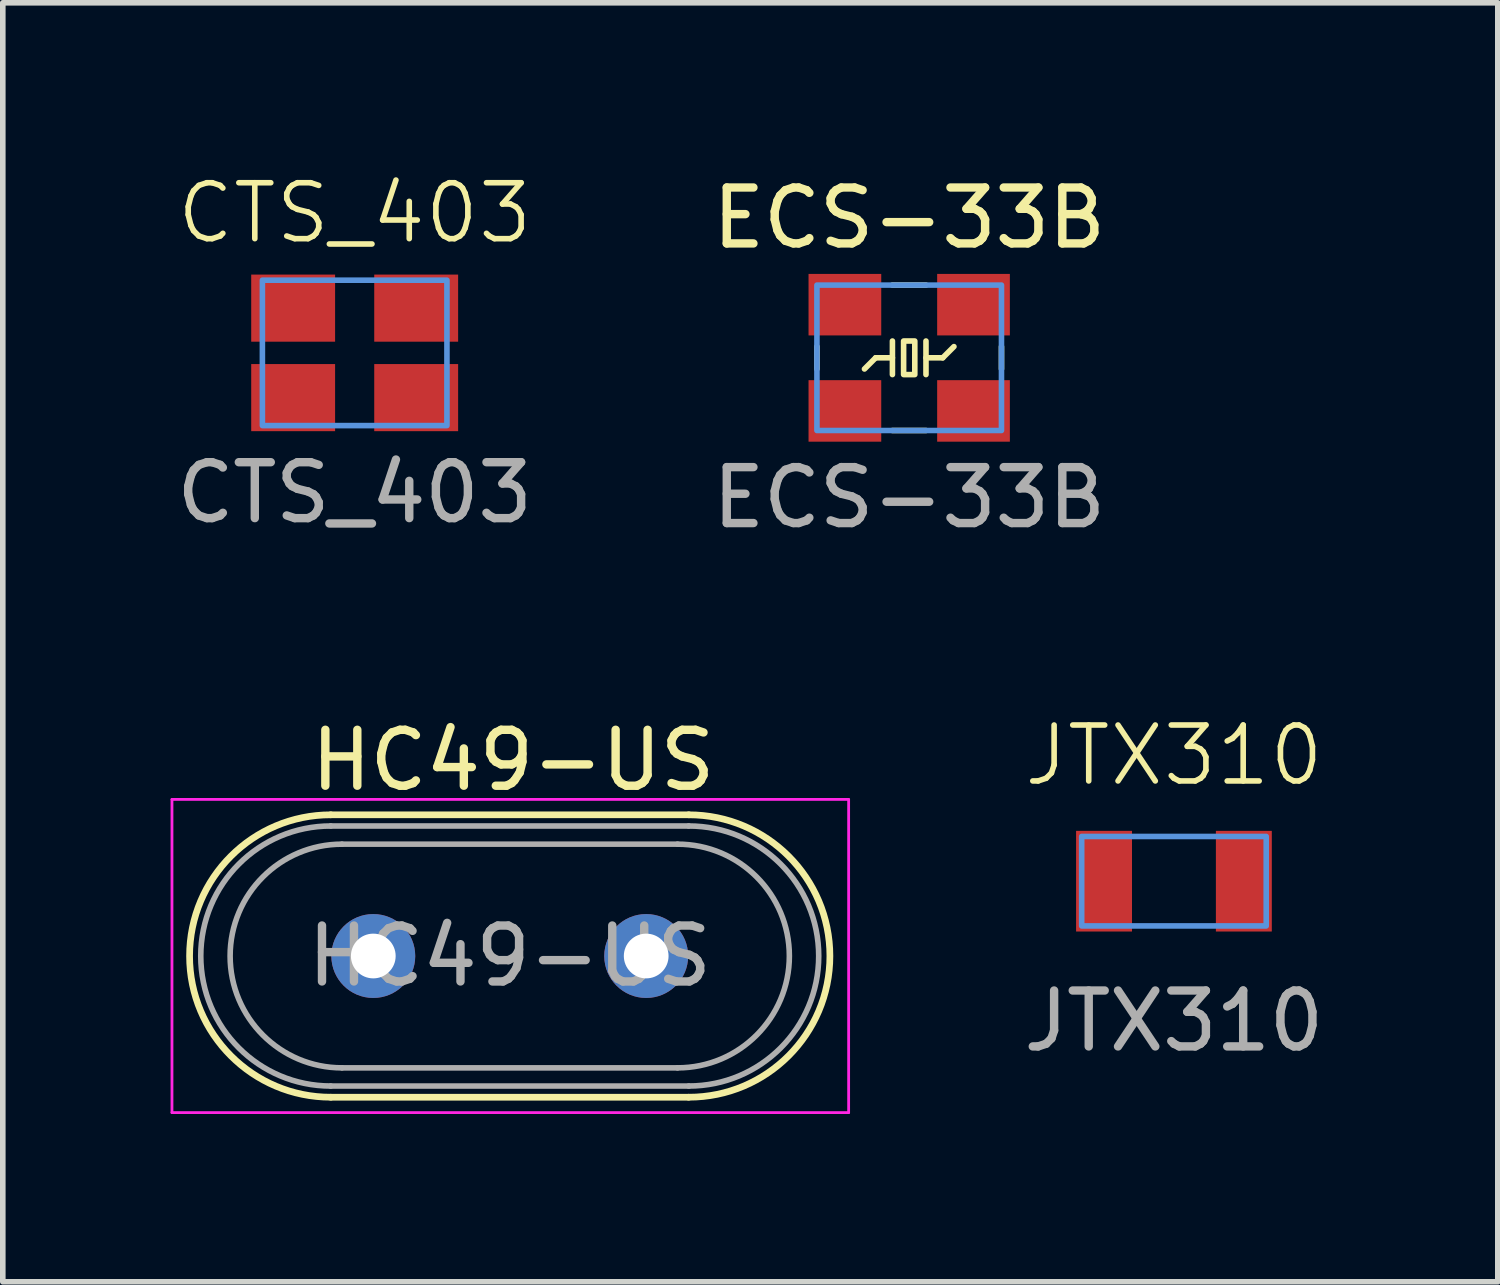
<source format=kicad_pcb>
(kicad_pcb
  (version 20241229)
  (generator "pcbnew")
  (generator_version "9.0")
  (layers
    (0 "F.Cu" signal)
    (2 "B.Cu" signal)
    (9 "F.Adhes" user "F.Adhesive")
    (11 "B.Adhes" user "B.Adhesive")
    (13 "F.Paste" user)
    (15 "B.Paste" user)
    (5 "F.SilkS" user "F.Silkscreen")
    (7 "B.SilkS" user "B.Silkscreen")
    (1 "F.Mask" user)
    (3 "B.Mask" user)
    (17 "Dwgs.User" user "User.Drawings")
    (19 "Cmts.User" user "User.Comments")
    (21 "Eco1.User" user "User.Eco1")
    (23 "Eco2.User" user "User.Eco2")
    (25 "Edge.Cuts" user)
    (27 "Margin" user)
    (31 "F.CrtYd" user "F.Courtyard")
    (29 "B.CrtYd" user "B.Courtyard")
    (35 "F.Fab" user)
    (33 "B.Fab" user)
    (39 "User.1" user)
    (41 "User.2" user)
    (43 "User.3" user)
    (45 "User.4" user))
  (footprint "JTX310"
    (layer "F.Cu")
    (at 17.942 12.707)
    (property "Reference" "JTX310" (at 0 -2.25 0) (unlocked yes) (layer "F.SilkS") (effects (font (size 1 1) (thickness 0.1))))
    (attr smd)
    (fp_rect (start -1.65 -0.8) (end 1.65 0.8) (stroke (width 0.1) (type default)) (fill no) (layer "Cmts.User"))
    (fp_text user "${REFERENCE}" (at 0 2.5 0) (unlocked yes) (layer "F.Fab") (effects (font (size 1 1) (thickness 0.15))))
    (pad "1" smd rect (at -1.25 0) (size 1 1.8) (layers "F.Cu" "F.Mask" "F.Paste"))
    (pad "2" smd rect (at 1.25 0) (size 1 1.8) (layers "F.Cu" "F.Mask" "F.Paste")))
  (footprint "ECS-33B"
    (layer "F.Cu")
    (at 13.208 3.348)
    (property "Reference" "ECS-33B" (at 0 -2.5 0) (unlocked yes) (layer "F.SilkS") (effects (font (size 1 1) (thickness 0.15))))
    (attr smd)
    (fp_line (start -1.65 -0.2) (end -1.65 0.2) (stroke (width 0.1) (type default)) (layer "F.SilkS"))
    (fp_line (start -0.6 0) (end -0.8 0.2) (stroke (width 0.1) (type default)) (layer "F.SilkS"))
    (fp_line (start -0.3 -1.3) (end 0.3 -1.3) (stroke (width 0.1) (type default)) (layer "F.SilkS"))
    (fp_line (start -0.3 -0.3) (end -0.3 0.3) (stroke (width 0.1) (type default)) (layer "F.SilkS"))
    (fp_line (start -0.3 0) (end -0.6 0) (stroke (width 0.1) (type default)) (layer "F.SilkS"))
    (fp_line (start -0.3 1.3) (end 0.3 1.3) (stroke (width 0.1) (type default)) (layer "F.SilkS"))
    (fp_line (start 0.3 -0.3) (end 0.3 0.3) (stroke (width 0.1) (type default)) (layer "F.SilkS"))
    (fp_line (start 0.3 0) (end 0.6 0) (stroke (width 0.1) (type default)) (layer "F.SilkS"))
    (fp_line (start 0.6 0) (end 0.8 -0.2) (stroke (width 0.1) (type default)) (layer "F.SilkS"))
    (fp_line (start 1.65 -0.2) (end 1.65 0.2) (stroke (width 0.1) (type default)) (layer "F.SilkS"))
    (fp_rect (start -0.1 -0.3) (end 0.1 0.3) (stroke (width 0.1) (type default)) (fill no) (layer "F.SilkS"))
    (fp_rect (start -1.65 -1.3) (end 1.65 1.3) (stroke (width 0.1) (type default)) (fill no) (layer "Cmts.User"))
    (fp_text user "${REFERENCE}" (at 0 2.5 0) (unlocked yes) (layer "F.Fab") (effects (font (size 1 1) (thickness 0.15))))
    (pad "1" smd rect (at -1.15 0.95) (size 1.3 1.1) (layers "F.Cu" "F.Mask" "F.Paste"))
    (pad "2" smd rect (at 1.15 0.95) (size 1.3 1.1) (layers "F.Cu" "F.Mask" "F.Paste"))
    (pad "3" smd rect (at 1.15 -0.95) (size 1.3 1.1) (layers "F.Cu" "F.Mask" "F.Paste"))
    (pad "4" smd rect (at -1.15 -0.95) (size 1.3 1.1) (layers "F.Cu" "F.Mask" "F.Paste"))
    (zone (net_name "") (layer "F.Cu") (name "XO") (hatch edge 0.5) (connect_pads) (min_thickness 0.25) (filled_areas_thickness no) (keepout (tracks allowed) (vias allowed) (pads allowed) (copperpour not_allowed) (footprints allowed)) (placement (enabled no)) (fill) (polygon (pts (xy 11.508 1.948) (xy 14.908 1.948) (xy 14.908 4.748) (xy 11.508 4.748)))))
  (footprint "HC49-US"
    (layer "F.Cu")
    (at 3.625 14.045)
    (property "Reference" "HC49-US" (at 2.5 -3.5 0) (layer "F.SilkS") (effects (font (size 1 1) (thickness 0.15))))
    (attr through_hole)
    (fp_line (start -0.76 -2.525) (end 5.64 -2.525) (stroke (width 0.12) (type solid)) (layer "F.SilkS"))
    (fp_line (start -0.76 2.525) (end 5.64 2.525) (stroke (width 0.12) (type solid)) (layer "F.SilkS"))
    (fp_arc (start -0.76 2.525) (mid -3.285 0) (end -0.76 -2.525) (stroke (width 0.12) (type solid)) (layer "F.SilkS"))
    (fp_arc (start 5.64 -2.525) (mid 8.165 0) (end 5.64 2.525) (stroke (width 0.12) (type solid)) (layer "F.SilkS"))
    (fp_line (start -3.6 -2.8) (end -3.6 2.8) (stroke (width 0.05) (type solid)) (layer "F.CrtYd"))
    (fp_line (start -3.6 2.8) (end 8.5 2.8) (stroke (width 0.05) (type solid)) (layer "F.CrtYd"))
    (fp_line (start 8.5 -2.8) (end -3.6 -2.8) (stroke (width 0.05) (type solid)) (layer "F.CrtYd"))
    (fp_line (start 8.5 2.8) (end 8.5 -2.8) (stroke (width 0.05) (type solid)) (layer "F.CrtYd"))
    (fp_line (start -0.76 -2.325) (end 5.64 -2.325) (stroke (width 0.1) (type solid)) (layer "F.Fab"))
    (fp_line (start -0.76 2.325) (end 5.64 2.325) (stroke (width 0.1) (type solid)) (layer "F.Fab"))
    (fp_line (start -0.56 -2) (end 5.44 -2) (stroke (width 0.1) (type solid)) (layer "F.Fab"))
    (fp_line (start -0.56 2) (end 5.44 2) (stroke (width 0.1) (type solid)) (layer "F.Fab"))
    (fp_arc (start -0.76 2.325) (mid -3.085 0) (end -0.76 -2.325) (stroke (width 0.1) (type solid)) (layer "F.Fab"))
    (fp_arc (start -0.56 2) (mid -2.56 0) (end -0.56 -2) (stroke (width 0.1) (type solid)) (layer "F.Fab"))
    (fp_arc (start 5.44 -2) (mid 7.44 0) (end 5.44 2) (stroke (width 0.1) (type solid)) (layer "F.Fab"))
    (fp_arc (start 5.64 -2.325) (mid 7.965 0) (end 5.64 2.325) (stroke (width 0.1) (type solid)) (layer "F.Fab"))
    (fp_text user "${REFERENCE}" (at 2.44 0 0) (layer "F.Fab") (effects (font (size 1 1) (thickness 0.15))))
    (pad "1" thru_hole circle (at 0 0) (size 1.5 1.5) (drill 0.8) (layers "*.Cu" "*.Mask"))
    (pad "2" thru_hole circle (at 4.88 0) (size 1.5 1.5) (drill 0.8) (layers "*.Cu" "*.Mask")))
  (footprint "CTS_403"
    (layer "F.Cu")
    (at 3.292 3.26)
    (property "Reference" "CTS_403" (at 0 -2.5 0) (unlocked yes) (layer "F.SilkS") (effects (font (size 1 1) (thickness 0.1))))
    (attr smd)
    (fp_rect (start -1.65 -1.3) (end 1.65 1.3) (stroke (width 0.1) (type default)) (fill no) (layer "Cmts.User"))
    (fp_text user "${REFERENCE}" (at 0 2.5 0) (unlocked yes) (layer "F.Fab") (effects (font (size 1 1) (thickness 0.15))))
    (pad "1" smd rect (at -1.1 0.8) (size 1.5 1.2) (layers "F.Cu" "F.Mask" "F.Paste"))
    (pad "2" smd rect (at 1.1 0.8) (size 1.5 1.2) (layers "F.Cu" "F.Mask" "F.Paste"))
    (pad "3" smd rect (at 1.1 -0.8) (size 1.5 1.2) (layers "F.Cu" "F.Mask" "F.Paste"))
    (pad "4" smd rect (at -1.1 -0.8) (size 1.5 1.2) (layers "F.Cu" "F.Mask" "F.Paste")))
  (gr_rect
    (start -3 -3)
    (end 23.733 19.87)
    (stroke (width 0.1) (type default))
    (fill no)
    (layer "Edge.Cuts")))
</source>
